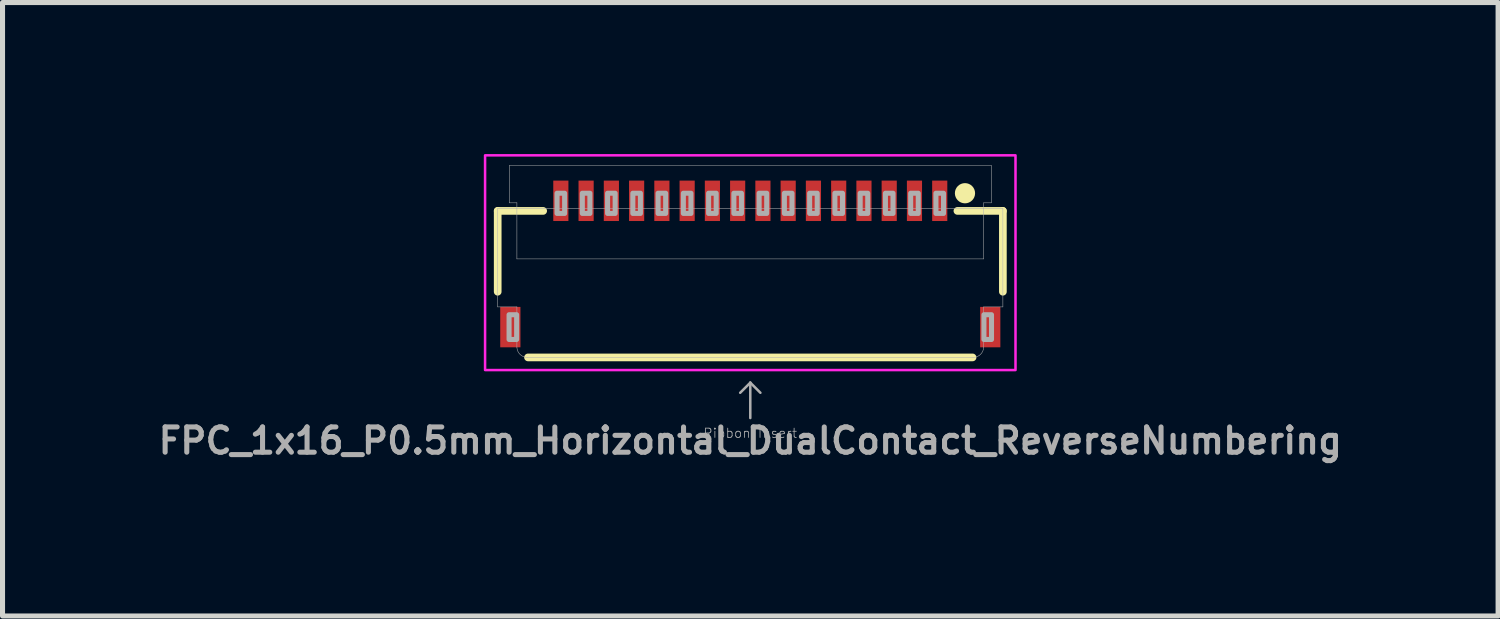
<source format=kicad_pcb>
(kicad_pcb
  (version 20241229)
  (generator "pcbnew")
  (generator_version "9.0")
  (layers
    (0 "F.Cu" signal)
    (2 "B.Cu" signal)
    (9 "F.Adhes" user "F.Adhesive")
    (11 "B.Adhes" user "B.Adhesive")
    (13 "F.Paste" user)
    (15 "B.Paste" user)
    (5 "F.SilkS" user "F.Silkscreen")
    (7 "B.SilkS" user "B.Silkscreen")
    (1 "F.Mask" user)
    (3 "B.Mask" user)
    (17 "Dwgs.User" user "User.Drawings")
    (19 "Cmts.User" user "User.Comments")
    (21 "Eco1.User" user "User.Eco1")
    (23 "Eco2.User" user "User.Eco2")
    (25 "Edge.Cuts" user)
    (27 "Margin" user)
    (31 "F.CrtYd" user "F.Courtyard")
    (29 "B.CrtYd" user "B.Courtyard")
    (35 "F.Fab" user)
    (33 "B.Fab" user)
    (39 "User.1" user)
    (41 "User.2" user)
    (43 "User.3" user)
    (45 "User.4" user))
  (footprint "FPC_1x16_P0.5mm_Horizontal_DualContact_ReverseNumbering"
    (layer "F.Cu")
    (at 11.802 2.275)
    (property "Reference" "FPC_1x16_P0.5mm_Horizontal_DualContact_ReverseNumbering" (at 0 3.4 0) (layer "F.Fab") (effects (font (size 0.5 0.5) (thickness 0.1) (bold yes))))
    (attr smd)
    (fp_line (start -5 -1.15) (end -5 0.45) (stroke (width 0.152) (type solid)) (layer "F.SilkS"))
    (fp_line (start -5 -1.15) (end -4.1 -1.15) (stroke (width 0.152) (type solid)) (layer "F.SilkS"))
    (fp_line (start -4.4 1.75) (end 4.4 1.75) (stroke (width 0.152) (type solid)) (layer "F.SilkS"))
    (fp_line (start 5 -1.15) (end 4.1 -1.15) (stroke (width 0.152) (type solid)) (layer "F.SilkS"))
    (fp_line (start 5 -1.15) (end 5 0.45) (stroke (width 0.152) (type solid)) (layer "F.SilkS"))
    (fp_circle (center 4.25 -1.5) (end 4.15 -1.5) (stroke (width 0.2) (type solid)) (fill yes) (layer "F.SilkS"))
    (fp_poly (pts (xy -3.875 -1.025) (xy -3.625 -1.025) (xy -3.625 -1.675) (xy -3.875 -1.675)) (stroke (width 0) (type default)) (fill yes) (layer "F.Paste"))
    (fp_poly (pts (xy -3.375 -1.025) (xy -3.125 -1.025) (xy -3.125 -1.675) (xy -3.375 -1.675)) (stroke (width 0) (type default)) (fill yes) (layer "F.Paste"))
    (fp_poly (pts (xy -2.875 -1.025) (xy -2.625 -1.025) (xy -2.625 -1.675) (xy -2.875 -1.675)) (stroke (width 0) (type default)) (fill yes) (layer "F.Paste"))
    (fp_poly (pts (xy -2.375 -1.025) (xy -2.125 -1.025) (xy -2.125 -1.675) (xy -2.375 -1.675)) (stroke (width 0) (type default)) (fill yes) (layer "F.Paste"))
    (fp_poly (pts (xy -1.875 -1.025) (xy -1.625 -1.025) (xy -1.625 -1.675) (xy -1.875 -1.675)) (stroke (width 0) (type default)) (fill yes) (layer "F.Paste"))
    (fp_poly (pts (xy -1.375 -1.025) (xy -1.125 -1.025) (xy -1.125 -1.675) (xy -1.375 -1.675)) (stroke (width 0) (type default)) (fill yes) (layer "F.Paste"))
    (fp_poly (pts (xy -0.875 -1.025) (xy -0.625 -1.025) (xy -0.625 -1.675) (xy -0.875 -1.675)) (stroke (width 0) (type default)) (fill yes) (layer "F.Paste"))
    (fp_poly (pts (xy -0.375 -1.025) (xy -0.125 -1.025) (xy -0.125 -1.675) (xy -0.375 -1.675)) (stroke (width 0) (type default)) (fill yes) (layer "F.Paste"))
    (fp_poly (pts (xy 0.125 -1.025) (xy 0.375 -1.025) (xy 0.375 -1.675) (xy 0.125 -1.675)) (stroke (width 0) (type default)) (fill yes) (layer "F.Paste"))
    (fp_poly (pts (xy 0.625 -1.025) (xy 0.875 -1.025) (xy 0.875 -1.675) (xy 0.625 -1.675)) (stroke (width 0) (type default)) (fill yes) (layer "F.Paste"))
    (fp_poly (pts (xy 1.125 -1.025) (xy 1.375 -1.025) (xy 1.375 -1.675) (xy 1.125 -1.675)) (stroke (width 0) (type default)) (fill yes) (layer "F.Paste"))
    (fp_poly (pts (xy 1.625 -1.025) (xy 1.875 -1.025) (xy 1.875 -1.675) (xy 1.625 -1.675)) (stroke (width 0) (type default)) (fill yes) (layer "F.Paste"))
    (fp_poly (pts (xy 2.125 -1.025) (xy 2.375 -1.025) (xy 2.375 -1.675) (xy 2.125 -1.675)) (stroke (width 0) (type default)) (fill yes) (layer "F.Paste"))
    (fp_poly (pts (xy 2.625 -1.025) (xy 2.875 -1.025) (xy 2.875 -1.675) (xy 2.625 -1.675)) (stroke (width 0) (type default)) (fill yes) (layer "F.Paste"))
    (fp_poly (pts (xy 3.125 -1.025) (xy 3.375 -1.025) (xy 3.375 -1.675) (xy 3.125 -1.675)) (stroke (width 0) (type default)) (fill yes) (layer "F.Paste"))
    (fp_poly (pts (xy 3.625 -1.025) (xy 3.875 -1.025) (xy 3.875 -1.675) (xy 3.625 -1.675)) (stroke (width 0) (type default)) (fill yes) (layer "F.Paste"))
    (fp_rect (start -5.25 -2.25) (end 5.25 2) (stroke (width 0.05) (type default)) (fill no) (layer "F.CrtYd"))
    (fp_line (start -5 -1.2) (end -5 0.75) (stroke (width 0.01) (type solid)) (layer "F.Fab"))
    (fp_line (start -5 -1.2) (end -4.62 -1.2) (stroke (width 0.01) (type solid)) (layer "F.Fab"))
    (fp_line (start -4.77 -2.05) (end -4.77 -1.31) (stroke (width 0.01) (type solid)) (layer "F.Fab"))
    (fp_line (start -4.77 -2.05) (end 4.77 -2.05) (stroke (width 0.01) (type solid)) (layer "F.Fab"))
    (fp_line (start -4.62 -1.31) (end -4.77 -1.31) (stroke (width 0.01) (type solid)) (layer "F.Fab"))
    (fp_line (start -4.62 -1.2) (end -4.62 -1.31) (stroke (width 0.01) (type solid)) (layer "F.Fab"))
    (fp_line (start -4.62 -1.2) (end 4.62 -1.2) (stroke (width 0.01) (type solid)) (layer "F.Fab"))
    (fp_line (start -4.62 -0.2) (end -4.62 -1.2) (stroke (width 0.01) (type solid)) (layer "F.Fab"))
    (fp_line (start -4.62 -0.2) (end 4.62 -0.2) (stroke (width 0.01) (type solid)) (layer "F.Fab"))
    (fp_line (start -4.62 0.75) (end -5 0.75) (stroke (width 0.01) (type solid)) (layer "F.Fab"))
    (fp_line (start -4.62 1.55) (end -4.62 0.75) (stroke (width 0.01) (type solid)) (layer "F.Fab"))
    (fp_line (start 0 2.25) (end -0.2 2.45) (stroke (width 0.05) (type solid)) (layer "F.Fab"))
    (fp_line (start 0 2.25) (end 0.2 2.45) (stroke (width 0.05) (type solid)) (layer "F.Fab"))
    (fp_line (start 0 2.95) (end 0 2.25) (stroke (width 0.05) (type solid)) (layer "F.Fab"))
    (fp_line (start 4.41 1.75) (end -4.41 1.75) (stroke (width 0.01) (type solid)) (layer "F.Fab"))
    (fp_line (start 4.62 -1.31) (end 4.77 -1.31) (stroke (width 0.01) (type solid)) (layer "F.Fab"))
    (fp_line (start 4.62 -1.2) (end 4.62 -1.31) (stroke (width 0.01) (type solid)) (layer "F.Fab"))
    (fp_line (start 4.62 -1.2) (end 5 -1.2) (stroke (width 0.01) (type solid)) (layer "F.Fab"))
    (fp_line (start 4.62 -0.2) (end 4.62 -1.2) (stroke (width 0.01) (type solid)) (layer "F.Fab"))
    (fp_line (start 4.62 1.55) (end 4.62 0.75) (stroke (width 0.01) (type solid)) (layer "F.Fab"))
    (fp_line (start 4.77 -1.31) (end 4.77 -2.05) (stroke (width 0.01) (type solid)) (layer "F.Fab"))
    (fp_line (start 5 -1.2) (end 5 0.75) (stroke (width 0.01) (type solid)) (layer "F.Fab"))
    (fp_line (start 5 0.75) (end 4.62 0.75) (stroke (width 0.01) (type solid)) (layer "F.Fab"))
    (fp_arc (start -4.409999 1.749999) (mid -4.55542 1.692442) (end -4.62 1.55) (stroke (width 0.01) (type solid)) (layer "F.Fab"))
    (fp_arc (start 4.62 1.55) (mid 4.55542 1.692442) (end 4.409999 1.749999) (stroke (width 0.01) (type solid)) (layer "F.Fab"))
    (fp_poly (pts (xy -4.775 1.395) (xy -4.625 1.395) (xy -4.625 0.905) (xy -4.775 0.905)) (stroke (width 0.1) (type default)) (fill no) (layer "F.Fab"))
    (fp_poly (pts (xy -3.825 -1.1) (xy -3.675 -1.1) (xy -3.675 -1.5) (xy -3.825 -1.5)) (stroke (width 0.1) (type default)) (fill no) (layer "F.Fab"))
    (fp_poly (pts (xy -3.325 -1.1) (xy -3.175 -1.1) (xy -3.175 -1.5) (xy -3.325 -1.5)) (stroke (width 0.1) (type default)) (fill no) (layer "F.Fab"))
    (fp_poly (pts (xy -2.825 -1.1) (xy -2.675 -1.1) (xy -2.675 -1.5) (xy -2.825 -1.5)) (stroke (width 0.1) (type default)) (fill no) (layer "F.Fab"))
    (fp_poly (pts (xy -2.325 -1.1) (xy -2.175 -1.1) (xy -2.175 -1.5) (xy -2.325 -1.5)) (stroke (width 0.1) (type default)) (fill no) (layer "F.Fab"))
    (fp_poly (pts (xy -1.825 -1.1) (xy -1.675 -1.1) (xy -1.675 -1.5) (xy -1.825 -1.5)) (stroke (width 0.1) (type default)) (fill no) (layer "F.Fab"))
    (fp_poly (pts (xy -1.325 -1.1) (xy -1.175 -1.1) (xy -1.175 -1.5) (xy -1.325 -1.5)) (stroke (width 0.1) (type default)) (fill no) (layer "F.Fab"))
    (fp_poly (pts (xy -0.825 -1.1) (xy -0.675 -1.1) (xy -0.675 -1.5) (xy -0.825 -1.5)) (stroke (width 0.1) (type default)) (fill no) (layer "F.Fab"))
    (fp_poly (pts (xy -0.325 -1.1) (xy -0.175 -1.1) (xy -0.175 -1.5) (xy -0.325 -1.5)) (stroke (width 0.1) (type default)) (fill no) (layer "F.Fab"))
    (fp_poly (pts (xy 0.175 -1.1) (xy 0.325 -1.1) (xy 0.325 -1.5) (xy 0.175 -1.5)) (stroke (width 0.1) (type default)) (fill no) (layer "F.Fab"))
    (fp_poly (pts (xy 0.675 -1.1) (xy 0.825 -1.1) (xy 0.825 -1.5) (xy 0.675 -1.5)) (stroke (width 0.1) (type default)) (fill no) (layer "F.Fab"))
    (fp_poly (pts (xy 1.175 -1.1) (xy 1.325 -1.1) (xy 1.325 -1.5) (xy 1.175 -1.5)) (stroke (width 0.1) (type default)) (fill no) (layer "F.Fab"))
    (fp_poly (pts (xy 1.675 -1.1) (xy 1.825 -1.1) (xy 1.825 -1.5) (xy 1.675 -1.5)) (stroke (width 0.1) (type default)) (fill no) (layer "F.Fab"))
    (fp_poly (pts (xy 2.175 -1.1) (xy 2.325 -1.1) (xy 2.325 -1.5) (xy 2.175 -1.5)) (stroke (width 0.1) (type default)) (fill no) (layer "F.Fab"))
    (fp_poly (pts (xy 2.675 -1.1) (xy 2.825 -1.1) (xy 2.825 -1.5) (xy 2.675 -1.5)) (stroke (width 0.1) (type default)) (fill no) (layer "F.Fab"))
    (fp_poly (pts (xy 3.175 -1.1) (xy 3.325 -1.1) (xy 3.325 -1.5) (xy 3.175 -1.5)) (stroke (width 0.1) (type default)) (fill no) (layer "F.Fab"))
    (fp_poly (pts (xy 3.675 -1.1) (xy 3.825 -1.1) (xy 3.825 -1.5) (xy 3.675 -1.5)) (stroke (width 0.1) (type default)) (fill no) (layer "F.Fab"))
    (fp_poly (pts (xy 4.625 1.395) (xy 4.775 1.395) (xy 4.775 0.905) (xy 4.625 0.905)) (stroke (width 0.1) (type default)) (fill no) (layer "F.Fab"))
    (fp_text user "Ribbon Insert" (at 0 3.25 0) (layer "F.Fab") (effects (font (size 0.184 0.184) (thickness 0.016))))
    (pad "1" smd rect (at 3.75 -1.35) (size 0.3 0.8) (layers "F.Cu" "F.Mask"))
    (pad "2" smd rect (at 3.25 -1.35) (size 0.3 0.8) (layers "F.Cu" "F.Mask"))
    (pad "3" smd rect (at 2.75 -1.35) (size 0.3 0.8) (layers "F.Cu" "F.Mask"))
    (pad "4" smd rect (at 2.25 -1.35) (size 0.3 0.8) (layers "F.Cu" "F.Mask"))
    (pad "5" smd rect (at 1.75 -1.35) (size 0.3 0.8) (layers "F.Cu" "F.Mask"))
    (pad "6" smd rect (at 1.25 -1.35) (size 0.3 0.8) (layers "F.Cu" "F.Mask"))
    (pad "7" smd rect (at 0.75 -1.35) (size 0.3 0.8) (layers "F.Cu" "F.Mask"))
    (pad "8" smd rect (at 0.25 -1.35) (size 0.3 0.8) (layers "F.Cu" "F.Mask"))
    (pad "9" smd rect (at -0.25 -1.35) (size 0.3 0.8) (layers "F.Cu" "F.Mask"))
    (pad "10" smd rect (at -0.75 -1.35) (size 0.3 0.8) (layers "F.Cu" "F.Mask"))
    (pad "11" smd rect (at -1.25 -1.35) (size 0.3 0.8) (layers "F.Cu" "F.Mask"))
    (pad "12" smd rect (at -1.75 -1.35) (size 0.3 0.8) (layers "F.Cu" "F.Mask"))
    (pad "13" smd rect (at -2.25 -1.35) (size 0.3 0.8) (layers "F.Cu" "F.Mask"))
    (pad "14" smd rect (at -2.75 -1.35) (size 0.3 0.8) (layers "F.Cu" "F.Mask"))
    (pad "15" smd rect (at -3.25 -1.35) (size 0.3 0.8) (layers "F.Cu" "F.Mask"))
    (pad "16" smd rect (at -3.75 -1.35) (size 0.3 0.8) (layers "F.Cu" "F.Mask"))
    (pad "MP1" smd rect (at -4.75 1.15) (size 0.4 0.8) (layers "F.Cu" "F.Mask" "F.Paste"))
    (pad "MP2" smd rect (at 4.75 1.15) (size 0.4 0.8) (layers "F.Cu" "F.Mask" "F.Paste")))
  (gr_rect
    (start -3 -3)
    (end 26.605 9.143)
    (stroke (width 0.1) (type default))
    (fill no)
    (layer "Edge.Cuts")))
</source>
